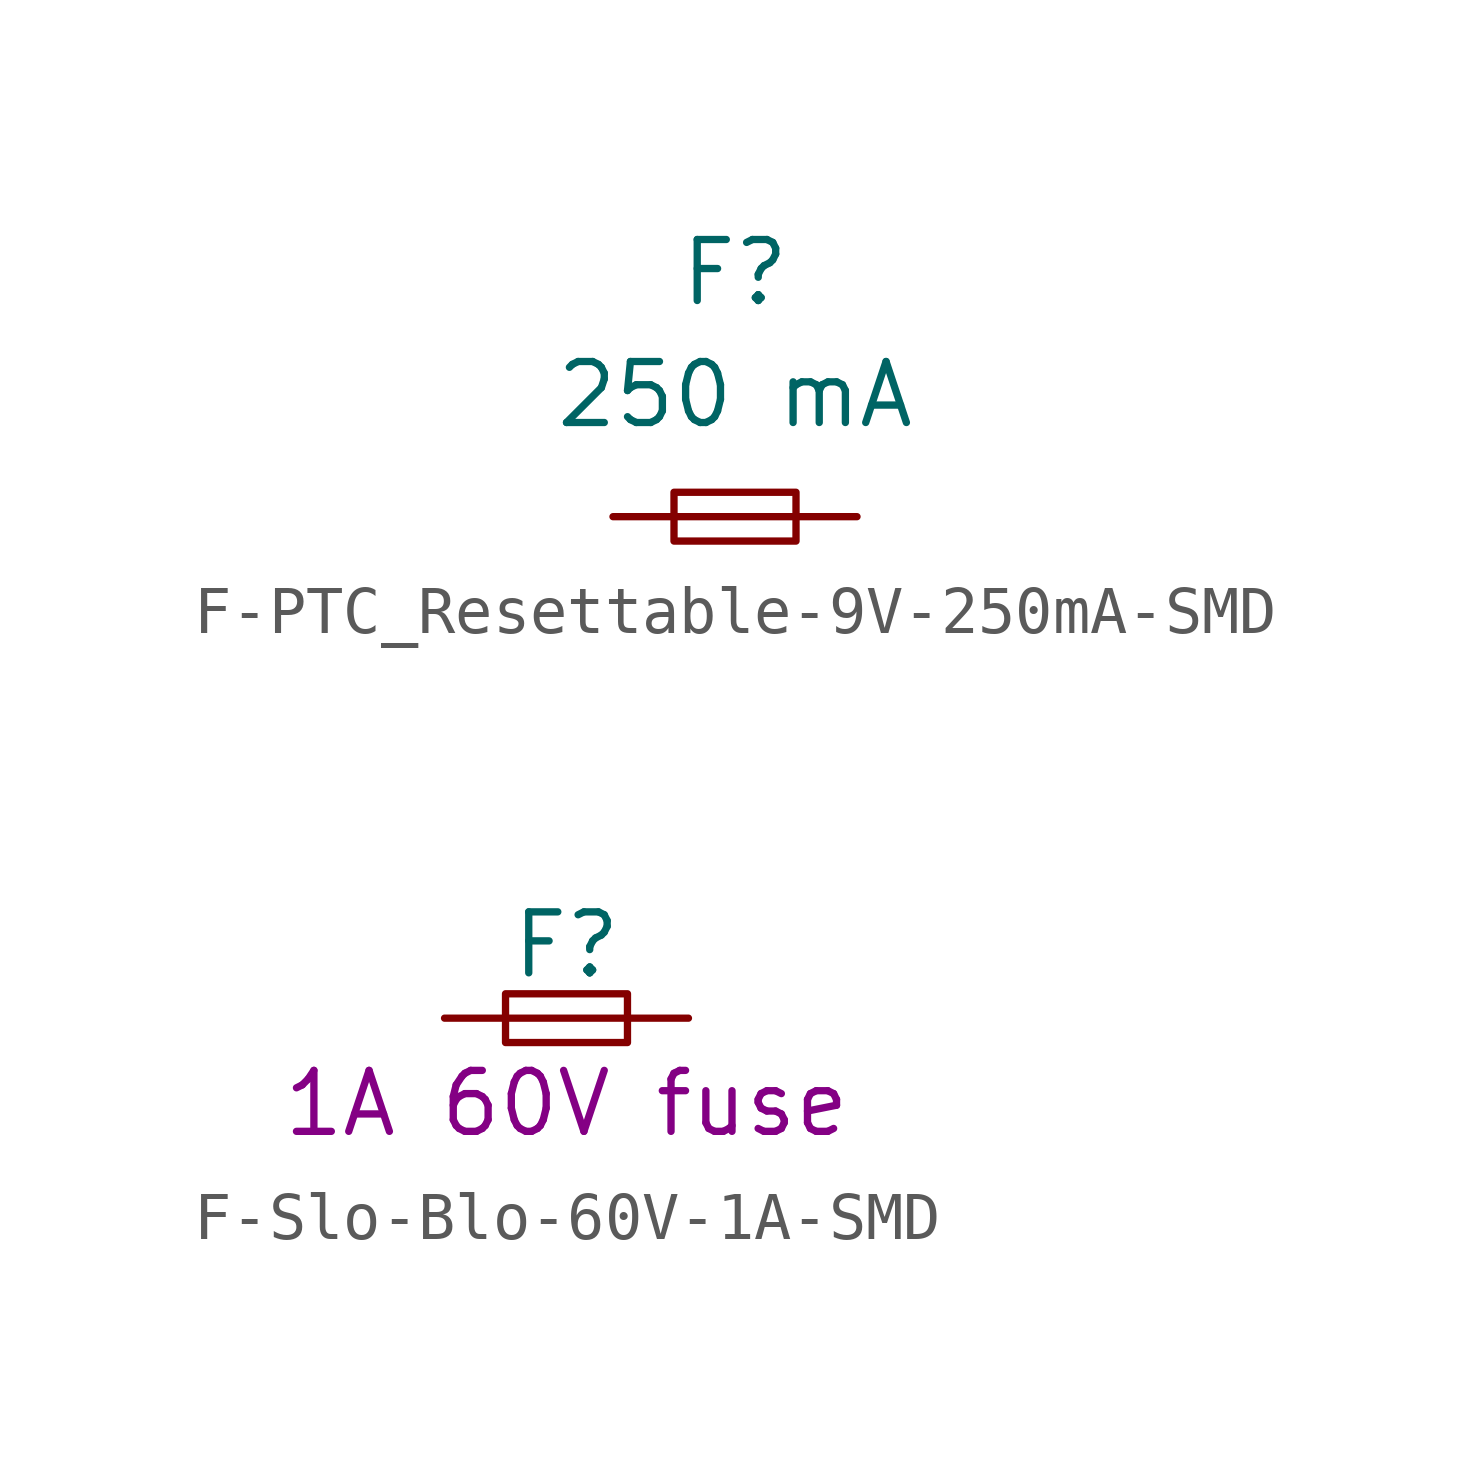
<source format=kicad_sym>
(kicad_symbol_lib
  (version 20241209)
  (generator "kicad_symbol_editor")
  (generator_version "9.0")
  (symbol "F-PTC_Resettable-9V-250mA-SMD"
    (pin_numbers
      (hide yes))
    (pin_names
      (offset 0.254)
      (hide yes))
    (property "Reference" "F"
      (at 0 5.08 0)
      (effects (font (size 1.27 1.27))))
    (property "Value" "250 mA"
      (at 0 2.54 0)
      (effects (font (size 1.27 1.27))))
    (symbol "F-PTC_Resettable-9V-250mA-SMD_0_1"
      (rectangle (start -1.27 0.508) (end 1.27 -0.508) (stroke (width 0) (type default)) (fill (type none)))
      (polyline (pts (xy -1.27 0) (xy 1.27 0)) (stroke (width 0) (type default)) (fill (type none))))
    (symbol "F-PTC_Resettable-9V-250mA-SMD_1_1"
      (pin passive line (at -2.54 0 0) (length 1.27) (name "~" (effects (font (size 1.27 1.27)))) (number "1" (effects (font (size 1.27 1.27)))))
      (pin passive line (at 2.54 0 180) (length 1.27) (name "~" (effects (font (size 1.27 1.27)))) (number "2" (effects (font (size 1.27 1.27)))))))
  (symbol "F-Slo-Blo-60V-1A-SMD"
    (pin_numbers
      (hide yes))
    (pin_names
      (offset 0.254)
      (hide yes))
    (property "Reference" "F"
      (at 0 1.524 0)
      (effects (font (size 1.27 1.27))))
    (property "Description" "1A 60V fuse"
      (at 0 -1.778 0)
      (effects (font (size 1.27 1.27))))
    (symbol "F-Slo-Blo-60V-1A-SMD_0_1"
      (rectangle (start -1.27 0.508) (end 1.27 -0.508) (stroke (width 0) (type default)) (fill (type none)))
      (polyline (pts (xy -1.27 0) (xy 1.27 0)) (stroke (width 0) (type default)) (fill (type none))))
    (symbol "F-Slo-Blo-60V-1A-SMD_1_1"
      (pin passive line (at -2.54 0 0) (length 1.27) (name "~" (effects (font (size 1.27 1.27)))) (number "1" (effects (font (size 1.27 1.27)))))
      (pin passive line (at 2.54 0 180) (length 1.27) (name "~" (effects (font (size 1.27 1.27)))) (number "2" (effects (font (size 1.27 1.27))))))))
</source>
